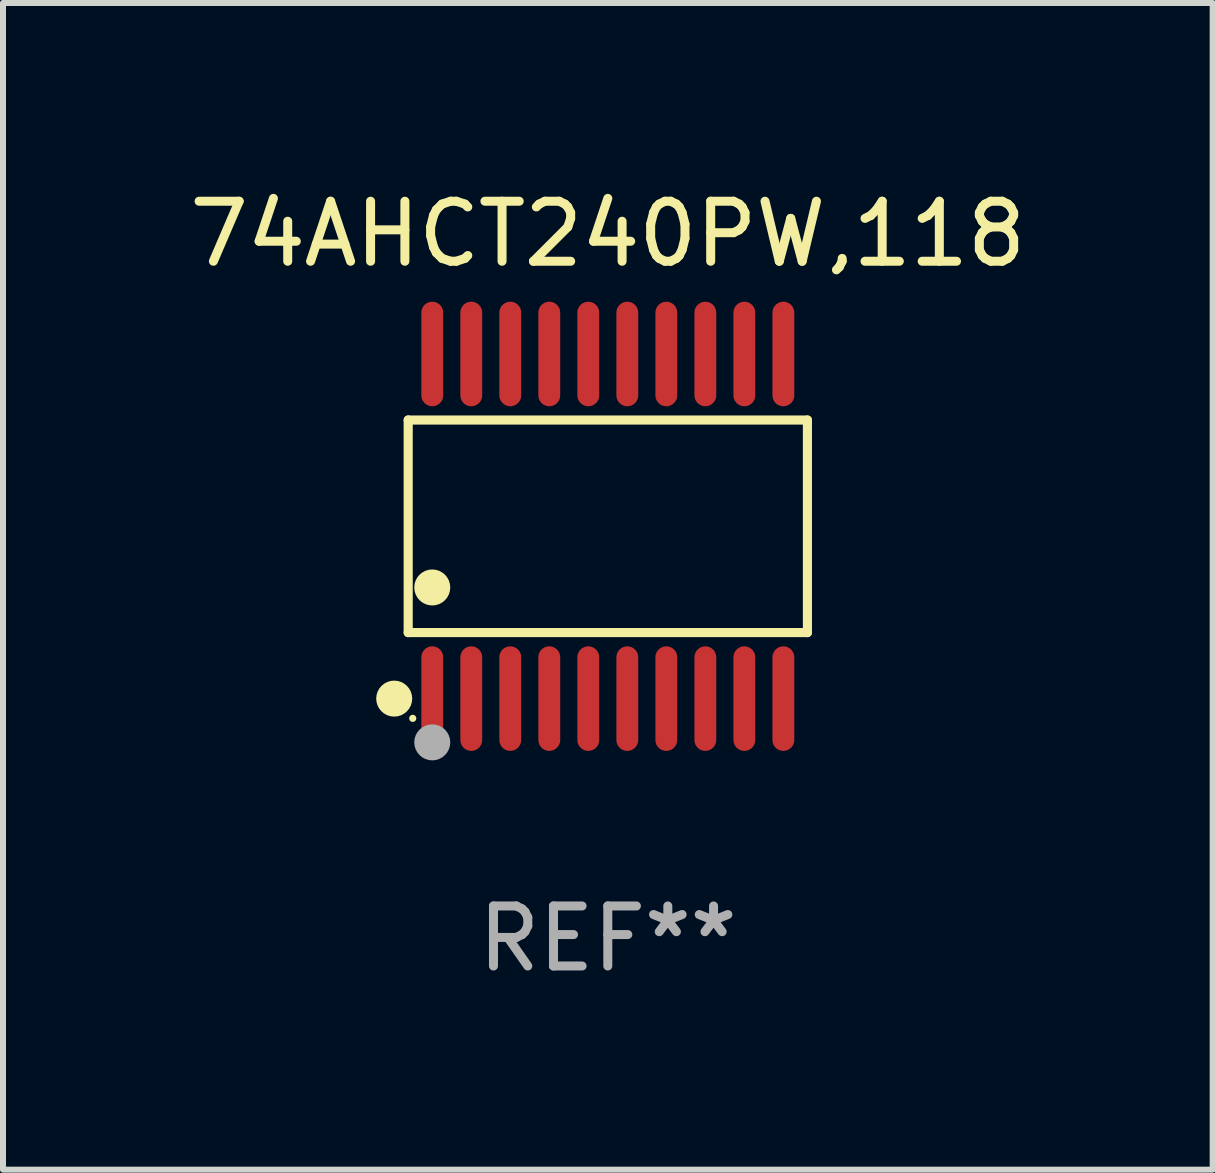
<source format=kicad_pcb>
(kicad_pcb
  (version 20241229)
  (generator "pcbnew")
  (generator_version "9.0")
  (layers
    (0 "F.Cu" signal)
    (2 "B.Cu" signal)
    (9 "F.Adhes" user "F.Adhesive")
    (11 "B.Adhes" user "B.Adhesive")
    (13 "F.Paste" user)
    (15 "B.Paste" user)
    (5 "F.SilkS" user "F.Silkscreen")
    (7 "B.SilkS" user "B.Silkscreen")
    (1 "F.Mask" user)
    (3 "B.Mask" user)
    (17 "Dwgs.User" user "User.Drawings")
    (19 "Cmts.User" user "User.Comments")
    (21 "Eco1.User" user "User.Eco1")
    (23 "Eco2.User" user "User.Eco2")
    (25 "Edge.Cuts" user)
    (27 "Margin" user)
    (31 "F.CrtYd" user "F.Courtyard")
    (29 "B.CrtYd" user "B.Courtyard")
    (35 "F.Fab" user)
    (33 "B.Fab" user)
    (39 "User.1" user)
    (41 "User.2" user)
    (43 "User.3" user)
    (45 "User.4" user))
  (footprint "74AHCT240PW,118"
    (layer "F.Cu")
    (at 7.077 5.719)
    (property "Reference" "74AHCT240PW,118" (at 0 -4.871 0) (layer "F.SilkS") (effects (font (size 1 1) (thickness 0.15))))
    (attr through_hole)
    (fp_line (start -3.326 -1.771) (end 3.326 -1.771) (stroke (width 0.152) (type solid)) (layer "F.SilkS"))
    (fp_line (start -3.326 1.771) (end -3.326 -1.771) (stroke (width 0.152) (type solid)) (layer "F.SilkS"))
    (fp_line (start 3.326 -1.771) (end 3.326 1.771) (stroke (width 0.152) (type solid)) (layer "F.SilkS"))
    (fp_line (start 3.326 1.771) (end -3.326 1.771) (stroke (width 0.152) (type solid)) (layer "F.SilkS"))
    (fp_circle (center -3.559 2.871) (end -3.409 2.871) (stroke (width 0.3) (type solid)) (fill no) (layer "F.SilkS"))
    (fp_circle (center -3.25 3.2) (end -3.22 3.2) (stroke (width 0.06) (type solid)) (fill no) (layer "F.SilkS"))
    (fp_circle (center -2.925 1.019) (end -2.775 1.019) (stroke (width 0.3) (type solid)) (fill no) (layer "F.SilkS"))
    (fp_circle (center -2.925 3.6) (end -2.775 3.6) (stroke (width 0.3) (type solid)) (fill no) (layer "F.Fab"))
    (fp_text user "REF**" (at 0 6.871 0) (layer "F.Fab") (effects (font (size 1 1) (thickness 0.15))))
    (pad "1" smd oval (at -2.925 2.871) (size 0.364 1.742) (layers "F.Cu" "F.Mask" "F.Paste"))
    (pad "2" smd oval (at -2.275 2.871) (size 0.364 1.742) (layers "F.Cu" "F.Mask" "F.Paste"))
    (pad "3" smd oval (at -1.625 2.871) (size 0.364 1.742) (layers "F.Cu" "F.Mask" "F.Paste"))
    (pad "4" smd oval (at -0.975 2.871) (size 0.364 1.742) (layers "F.Cu" "F.Mask" "F.Paste"))
    (pad "5" smd oval (at -0.325 2.871) (size 0.364 1.742) (layers "F.Cu" "F.Mask" "F.Paste"))
    (pad "6" smd oval (at 0.325 2.871) (size 0.364 1.742) (layers "F.Cu" "F.Mask" "F.Paste"))
    (pad "7" smd oval (at 0.975 2.871) (size 0.364 1.742) (layers "F.Cu" "F.Mask" "F.Paste"))
    (pad "8" smd oval (at 1.625 2.871) (size 0.364 1.742) (layers "F.Cu" "F.Mask" "F.Paste"))
    (pad "9" smd oval (at 2.275 2.871) (size 0.364 1.742) (layers "F.Cu" "F.Mask" "F.Paste"))
    (pad "10" smd oval (at 2.925 2.871) (size 0.364 1.742) (layers "F.Cu" "F.Mask" "F.Paste"))
    (pad "11" smd oval (at 2.925 -2.871) (size 0.364 1.742) (layers "F.Cu" "F.Mask" "F.Paste"))
    (pad "12" smd oval (at 2.275 -2.871) (size 0.364 1.742) (layers "F.Cu" "F.Mask" "F.Paste"))
    (pad "13" smd oval (at 1.625 -2.871) (size 0.364 1.742) (layers "F.Cu" "F.Mask" "F.Paste"))
    (pad "14" smd oval (at 0.975 -2.871) (size 0.364 1.742) (layers "F.Cu" "F.Mask" "F.Paste"))
    (pad "15" smd oval (at 0.325 -2.871) (size 0.364 1.742) (layers "F.Cu" "F.Mask" "F.Paste"))
    (pad "16" smd oval (at -0.325 -2.871) (size 0.364 1.742) (layers "F.Cu" "F.Mask" "F.Paste"))
    (pad "17" smd oval (at -0.975 -2.871) (size 0.364 1.742) (layers "F.Cu" "F.Mask" "F.Paste"))
    (pad "18" smd oval (at -1.625 -2.871) (size 0.364 1.742) (layers "F.Cu" "F.Mask" "F.Paste"))
    (pad "19" smd oval (at -2.275 -2.871) (size 0.364 1.742) (layers "F.Cu" "F.Mask" "F.Paste"))
    (pad "20" smd oval (at -2.925 -2.871) (size 0.364 1.742) (layers "F.Cu" "F.Mask" "F.Paste")))
  (gr_rect
    (start -3 -3)
    (end 17.155 16.438)
    (stroke (width 0.1) (type default))
    (fill no)
    (layer "Edge.Cuts")))
</source>
